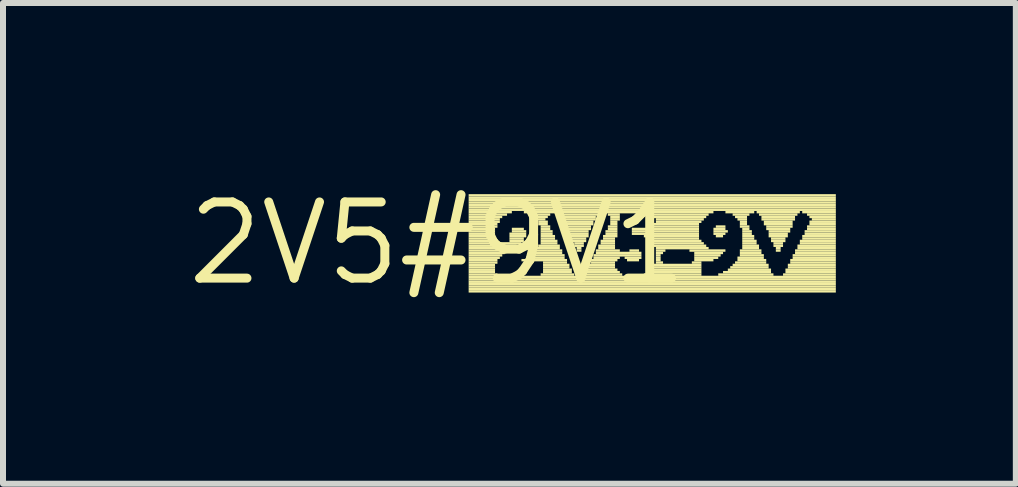
<source format=kicad_pcb>
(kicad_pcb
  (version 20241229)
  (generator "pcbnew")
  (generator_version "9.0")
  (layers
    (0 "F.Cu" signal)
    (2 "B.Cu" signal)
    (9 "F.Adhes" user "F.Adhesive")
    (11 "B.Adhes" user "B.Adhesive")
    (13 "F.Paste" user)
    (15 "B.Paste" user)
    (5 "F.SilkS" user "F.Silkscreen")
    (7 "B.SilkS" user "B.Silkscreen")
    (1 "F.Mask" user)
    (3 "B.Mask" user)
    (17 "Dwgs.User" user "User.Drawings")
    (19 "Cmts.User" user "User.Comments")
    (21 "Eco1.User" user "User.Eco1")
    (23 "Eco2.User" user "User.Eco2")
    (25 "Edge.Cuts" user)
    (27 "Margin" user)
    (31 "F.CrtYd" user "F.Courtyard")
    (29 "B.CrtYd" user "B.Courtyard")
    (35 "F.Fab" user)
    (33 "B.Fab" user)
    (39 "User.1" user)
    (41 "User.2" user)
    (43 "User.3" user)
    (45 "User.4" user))
  (footprint "2V5#9V1"
    (layer "F.Cu")
    (at 4.241 1.006)
    (property "Reference" "2V5#9V1" (at 0 0 0) (layer "F.SilkS") (effects (font (size 1.27 1.27) (thickness 0.15))))
    (fp_poly (pts (xy 0.52 -0.78) (xy 6.64 -0.78) (xy 6.64 -0.82) (xy 0.52 -0.82)) (stroke (width 0) (type solid)) (fill yes) (layer "F.SilkS"))
    (fp_poly (pts (xy 0.52 -0.74) (xy 6.64 -0.74) (xy 6.64 -0.78) (xy 0.52 -0.78)) (stroke (width 0) (type solid)) (fill yes) (layer "F.SilkS"))
    (fp_poly (pts (xy 0.52 -0.7) (xy 6.64 -0.7) (xy 6.64 -0.74) (xy 0.52 -0.74)) (stroke (width 0) (type solid)) (fill yes) (layer "F.SilkS"))
    (fp_poly (pts (xy 0.52 -0.66) (xy 6.64 -0.66) (xy 6.64 -0.7) (xy 0.52 -0.7)) (stroke (width 0) (type solid)) (fill yes) (layer "F.SilkS"))
    (fp_poly (pts (xy 0.52 -0.62) (xy 6.64 -0.62) (xy 6.64 -0.66) (xy 0.52 -0.66)) (stroke (width 0) (type solid)) (fill yes) (layer "F.SilkS"))
    (fp_poly (pts (xy 0.52 -0.58) (xy 6.64 -0.58) (xy 6.64 -0.62) (xy 0.52 -0.62)) (stroke (width 0) (type solid)) (fill yes) (layer "F.SilkS"))
    (fp_poly (pts (xy 0.52 -0.54) (xy 6.64 -0.54) (xy 6.64 -0.58) (xy 0.52 -0.58)) (stroke (width 0) (type solid)) (fill yes) (layer "F.SilkS"))
    (fp_poly (pts (xy 0.52 -0.5) (xy 1.24 -0.5) (xy 1.24 -0.54) (xy 0.52 -0.54)) (stroke (width 0) (type solid)) (fill yes) (layer "F.SilkS"))
    (fp_poly (pts (xy 0.52 -0.46) (xy 1.16 -0.46) (xy 1.16 -0.5) (xy 0.52 -0.5)) (stroke (width 0) (type solid)) (fill yes) (layer "F.SilkS"))
    (fp_poly (pts (xy 0.52 -0.42) (xy 1.08 -0.42) (xy 1.08 -0.46) (xy 0.52 -0.46)) (stroke (width 0) (type solid)) (fill yes) (layer "F.SilkS"))
    (fp_poly (pts (xy 0.52 -0.38) (xy 1.04 -0.38) (xy 1.04 -0.42) (xy 0.52 -0.42)) (stroke (width 0) (type solid)) (fill yes) (layer "F.SilkS"))
    (fp_poly (pts (xy 0.52 -0.34) (xy 1.04 -0.34) (xy 1.04 -0.38) (xy 0.52 -0.38)) (stroke (width 0) (type solid)) (fill yes) (layer "F.SilkS"))
    (fp_poly (pts (xy 0.52 -0.3) (xy 1 -0.3) (xy 1 -0.34) (xy 0.52 -0.34)) (stroke (width 0) (type solid)) (fill yes) (layer "F.SilkS"))
    (fp_poly (pts (xy 0.52 -0.26) (xy 1 -0.26) (xy 1 -0.3) (xy 0.52 -0.3)) (stroke (width 0) (type solid)) (fill yes) (layer "F.SilkS"))
    (fp_poly (pts (xy 0.52 -0.22) (xy 0.96 -0.22) (xy 0.96 -0.26) (xy 0.52 -0.26)) (stroke (width 0) (type solid)) (fill yes) (layer "F.SilkS"))
    (fp_poly (pts (xy 0.52 -0.18) (xy 0.96 -0.18) (xy 0.96 -0.22) (xy 0.52 -0.22)) (stroke (width 0) (type solid)) (fill yes) (layer "F.SilkS"))
    (fp_poly (pts (xy 0.52 -0.14) (xy 0.96 -0.14) (xy 0.96 -0.18) (xy 0.52 -0.18)) (stroke (width 0) (type solid)) (fill yes) (layer "F.SilkS"))
    (fp_poly (pts (xy 0.52 -0.1) (xy 0.96 -0.1) (xy 0.96 -0.14) (xy 0.52 -0.14)) (stroke (width 0) (type solid)) (fill yes) (layer "F.SilkS"))
    (fp_poly (pts (xy 0.52 -0.06) (xy 0.96 -0.06) (xy 0.96 -0.1) (xy 0.52 -0.1)) (stroke (width 0) (type solid)) (fill yes) (layer "F.SilkS"))
    (fp_poly (pts (xy 0.52 -0.02) (xy 1 -0.02) (xy 1 -0.06) (xy 0.52 -0.06)) (stroke (width 0) (type solid)) (fill yes) (layer "F.SilkS"))
    (fp_poly (pts (xy 0.52 0.02) (xy 1.4 0.02) (xy 1.4 -0.02) (xy 0.52 -0.02)) (stroke (width 0) (type solid)) (fill yes) (layer "F.SilkS"))
    (fp_poly (pts (xy 0.52 0.06) (xy 1.32 0.06) (xy 1.32 0.02) (xy 0.52 0.02)) (stroke (width 0) (type solid)) (fill yes) (layer "F.SilkS"))
    (fp_poly (pts (xy 0.52 0.1) (xy 1.28 0.1) (xy 1.28 0.06) (xy 0.52 0.06)) (stroke (width 0) (type solid)) (fill yes) (layer "F.SilkS"))
    (fp_poly (pts (xy 0.52 0.14) (xy 1.2 0.14) (xy 1.2 0.1) (xy 0.52 0.1)) (stroke (width 0) (type solid)) (fill yes) (layer "F.SilkS"))
    (fp_poly (pts (xy 0.52 0.18) (xy 1.12 0.18) (xy 1.12 0.14) (xy 0.52 0.14)) (stroke (width 0) (type solid)) (fill yes) (layer "F.SilkS"))
    (fp_poly (pts (xy 0.52 0.22) (xy 1.08 0.22) (xy 1.08 0.18) (xy 0.52 0.18)) (stroke (width 0) (type solid)) (fill yes) (layer "F.SilkS"))
    (fp_poly (pts (xy 0.52 0.26) (xy 1.04 0.26) (xy 1.04 0.22) (xy 0.52 0.22)) (stroke (width 0) (type solid)) (fill yes) (layer "F.SilkS"))
    (fp_poly (pts (xy 0.52 0.3) (xy 1 0.3) (xy 1 0.26) (xy 0.52 0.26)) (stroke (width 0) (type solid)) (fill yes) (layer "F.SilkS"))
    (fp_poly (pts (xy 0.52 0.34) (xy 1 0.34) (xy 1 0.3) (xy 0.52 0.3)) (stroke (width 0) (type solid)) (fill yes) (layer "F.SilkS"))
    (fp_poly (pts (xy 0.52 0.38) (xy 0.96 0.38) (xy 0.96 0.34) (xy 0.52 0.34)) (stroke (width 0) (type solid)) (fill yes) (layer "F.SilkS"))
    (fp_poly (pts (xy 0.52 0.42) (xy 0.96 0.42) (xy 0.96 0.38) (xy 0.52 0.38)) (stroke (width 0) (type solid)) (fill yes) (layer "F.SilkS"))
    (fp_poly (pts (xy 0.52 0.46) (xy 0.96 0.46) (xy 0.96 0.42) (xy 0.52 0.42)) (stroke (width 0) (type solid)) (fill yes) (layer "F.SilkS"))
    (fp_poly (pts (xy 0.52 0.5) (xy 0.96 0.5) (xy 0.96 0.46) (xy 0.52 0.46)) (stroke (width 0) (type solid)) (fill yes) (layer "F.SilkS"))
    (fp_poly (pts (xy 0.52 0.54) (xy 1 0.54) (xy 1 0.5) (xy 0.52 0.5)) (stroke (width 0) (type solid)) (fill yes) (layer "F.SilkS"))
    (fp_poly (pts (xy 0.52 0.58) (xy 6.64 0.58) (xy 6.64 0.54) (xy 0.52 0.54)) (stroke (width 0) (type solid)) (fill yes) (layer "F.SilkS"))
    (fp_poly (pts (xy 0.52 0.62) (xy 6.64 0.62) (xy 6.64 0.58) (xy 0.52 0.58)) (stroke (width 0) (type solid)) (fill yes) (layer "F.SilkS"))
    (fp_poly (pts (xy 0.52 0.66) (xy 6.64 0.66) (xy 6.64 0.62) (xy 0.52 0.62)) (stroke (width 0) (type solid)) (fill yes) (layer "F.SilkS"))
    (fp_poly (pts (xy 0.52 0.7) (xy 6.64 0.7) (xy 6.64 0.66) (xy 0.52 0.66)) (stroke (width 0) (type solid)) (fill yes) (layer "F.SilkS"))
    (fp_poly (pts (xy 0.52 0.74) (xy 6.64 0.74) (xy 6.64 0.7) (xy 0.52 0.7)) (stroke (width 0) (type solid)) (fill yes) (layer "F.SilkS"))
    (fp_poly (pts (xy 0.52 0.78) (xy 6.64 0.78) (xy 6.64 0.74) (xy 0.52 0.74)) (stroke (width 0) (type solid)) (fill yes) (layer "F.SilkS"))
    (fp_poly (pts (xy 0.52 0.82) (xy 6.64 0.82) (xy 6.64 0.78) (xy 0.52 0.78)) (stroke (width 0) (type solid)) (fill yes) (layer "F.SilkS"))
    (fp_poly (pts (xy 1.2 -0.14) (xy 1.48 -0.14) (xy 1.48 -0.18) (xy 1.2 -0.18)) (stroke (width 0) (type solid)) (fill yes) (layer "F.SilkS"))
    (fp_poly (pts (xy 1.2 -0.1) (xy 1.48 -0.1) (xy 1.48 -0.14) (xy 1.2 -0.14)) (stroke (width 0) (type solid)) (fill yes) (layer "F.SilkS"))
    (fp_poly (pts (xy 1.2 -0.06) (xy 1.44 -0.06) (xy 1.44 -0.1) (xy 1.2 -0.1)) (stroke (width 0) (type solid)) (fill yes) (layer "F.SilkS"))
    (fp_poly (pts (xy 1.2 -0.02) (xy 1.44 -0.02) (xy 1.44 -0.06) (xy 1.2 -0.06)) (stroke (width 0) (type solid)) (fill yes) (layer "F.SilkS"))
    (fp_poly (pts (xy 1.24 -0.22) (xy 1.44 -0.22) (xy 1.44 -0.26) (xy 1.24 -0.26)) (stroke (width 0) (type solid)) (fill yes) (layer "F.SilkS"))
    (fp_poly (pts (xy 1.24 -0.18) (xy 1.48 -0.18) (xy 1.48 -0.22) (xy 1.24 -0.22)) (stroke (width 0) (type solid)) (fill yes) (layer "F.SilkS"))
    (fp_poly (pts (xy 1.4 0.3) (xy 2.16 0.3) (xy 2.16 0.26) (xy 1.4 0.26)) (stroke (width 0) (type solid)) (fill yes) (layer "F.SilkS"))
    (fp_poly (pts (xy 1.44 -0.5) (xy 1.96 -0.5) (xy 1.96 -0.54) (xy 1.44 -0.54)) (stroke (width 0) (type solid)) (fill yes) (layer "F.SilkS"))
    (fp_poly (pts (xy 1.48 0.26) (xy 2.12 0.26) (xy 2.12 0.22) (xy 1.48 0.22)) (stroke (width 0) (type solid)) (fill yes) (layer "F.SilkS"))
    (fp_poly (pts (xy 1.52 -0.46) (xy 1.88 -0.46) (xy 1.88 -0.5) (xy 1.52 -0.5)) (stroke (width 0) (type solid)) (fill yes) (layer "F.SilkS"))
    (fp_poly (pts (xy 1.52 0.22) (xy 2.12 0.22) (xy 2.12 0.18) (xy 1.52 0.18)) (stroke (width 0) (type solid)) (fill yes) (layer "F.SilkS"))
    (fp_poly (pts (xy 1.6 -0.42) (xy 1.84 -0.42) (xy 1.84 -0.46) (xy 1.6 -0.46)) (stroke (width 0) (type solid)) (fill yes) (layer "F.SilkS"))
    (fp_poly (pts (xy 1.6 0.18) (xy 2.08 0.18) (xy 2.08 0.14) (xy 1.6 0.14)) (stroke (width 0) (type solid)) (fill yes) (layer "F.SilkS"))
    (fp_poly (pts (xy 1.64 -0.38) (xy 1.8 -0.38) (xy 1.8 -0.42) (xy 1.64 -0.42)) (stroke (width 0) (type solid)) (fill yes) (layer "F.SilkS"))
    (fp_poly (pts (xy 1.64 0.1) (xy 2.04 0.1) (xy 2.04 0.06) (xy 1.64 0.06)) (stroke (width 0) (type solid)) (fill yes) (layer "F.SilkS"))
    (fp_poly (pts (xy 1.64 0.14) (xy 2.08 0.14) (xy 2.08 0.1) (xy 1.64 0.1)) (stroke (width 0) (type solid)) (fill yes) (layer "F.SilkS"))
    (fp_poly (pts (xy 1.68 -0.34) (xy 1.84 -0.34) (xy 1.84 -0.38) (xy 1.68 -0.38)) (stroke (width 0) (type solid)) (fill yes) (layer "F.SilkS"))
    (fp_poly (pts (xy 1.68 -0.3) (xy 1.84 -0.3) (xy 1.84 -0.34) (xy 1.68 -0.34)) (stroke (width 0) (type solid)) (fill yes) (layer "F.SilkS"))
    (fp_poly (pts (xy 1.68 0.06) (xy 2.04 0.06) (xy 2.04 0.02) (xy 1.68 0.02)) (stroke (width 0) (type solid)) (fill yes) (layer "F.SilkS"))
    (fp_poly (pts (xy 1.72 -0.26) (xy 1.88 -0.26) (xy 1.88 -0.3) (xy 1.72 -0.3)) (stroke (width 0) (type solid)) (fill yes) (layer "F.SilkS"))
    (fp_poly (pts (xy 1.72 -0.22) (xy 1.88 -0.22) (xy 1.88 -0.26) (xy 1.72 -0.26)) (stroke (width 0) (type solid)) (fill yes) (layer "F.SilkS"))
    (fp_poly (pts (xy 1.72 -0.18) (xy 1.92 -0.18) (xy 1.92 -0.22) (xy 1.72 -0.22)) (stroke (width 0) (type solid)) (fill yes) (layer "F.SilkS"))
    (fp_poly (pts (xy 1.72 -0.14) (xy 1.92 -0.14) (xy 1.92 -0.18) (xy 1.72 -0.18)) (stroke (width 0) (type solid)) (fill yes) (layer "F.SilkS"))
    (fp_poly (pts (xy 1.72 -0.1) (xy 1.96 -0.1) (xy 1.96 -0.14) (xy 1.72 -0.14)) (stroke (width 0) (type solid)) (fill yes) (layer "F.SilkS"))
    (fp_poly (pts (xy 1.72 -0.06) (xy 1.96 -0.06) (xy 1.96 -0.1) (xy 1.72 -0.1)) (stroke (width 0) (type solid)) (fill yes) (layer "F.SilkS"))
    (fp_poly (pts (xy 1.72 -0.02) (xy 2 -0.02) (xy 2 -0.06) (xy 1.72 -0.06)) (stroke (width 0) (type solid)) (fill yes) (layer "F.SilkS"))
    (fp_poly (pts (xy 1.72 0.02) (xy 2 0.02) (xy 2 -0.02) (xy 1.72 -0.02)) (stroke (width 0) (type solid)) (fill yes) (layer "F.SilkS"))
    (fp_poly (pts (xy 1.72 0.54) (xy 2.28 0.54) (xy 2.28 0.5) (xy 1.72 0.5)) (stroke (width 0) (type solid)) (fill yes) (layer "F.SilkS"))
    (fp_poly (pts (xy 1.76 0.34) (xy 2.16 0.34) (xy 2.16 0.3) (xy 1.76 0.3)) (stroke (width 0) (type solid)) (fill yes) (layer "F.SilkS"))
    (fp_poly (pts (xy 1.76 0.38) (xy 2.2 0.38) (xy 2.2 0.34) (xy 1.76 0.34)) (stroke (width 0) (type solid)) (fill yes) (layer "F.SilkS"))
    (fp_poly (pts (xy 1.76 0.42) (xy 2.2 0.42) (xy 2.2 0.38) (xy 1.76 0.38)) (stroke (width 0) (type solid)) (fill yes) (layer "F.SilkS"))
    (fp_poly (pts (xy 1.76 0.46) (xy 2.24 0.46) (xy 2.24 0.42) (xy 1.76 0.42)) (stroke (width 0) (type solid)) (fill yes) (layer "F.SilkS"))
    (fp_poly (pts (xy 1.76 0.5) (xy 2.24 0.5) (xy 2.24 0.46) (xy 1.76 0.46)) (stroke (width 0) (type solid)) (fill yes) (layer "F.SilkS"))
    (fp_poly (pts (xy 2 -0.5) (xy 2.72 -0.5) (xy 2.72 -0.54) (xy 2 -0.54)) (stroke (width 0) (type solid)) (fill yes) (layer "F.SilkS"))
    (fp_poly (pts (xy 2.04 -0.46) (xy 2.68 -0.46) (xy 2.68 -0.5) (xy 2.04 -0.5)) (stroke (width 0) (type solid)) (fill yes) (layer "F.SilkS"))
    (fp_poly (pts (xy 2.08 -0.42) (xy 2.64 -0.42) (xy 2.64 -0.46) (xy 2.08 -0.46)) (stroke (width 0) (type solid)) (fill yes) (layer "F.SilkS"))
    (fp_poly (pts (xy 2.08 -0.38) (xy 2.64 -0.38) (xy 2.64 -0.42) (xy 2.08 -0.42)) (stroke (width 0) (type solid)) (fill yes) (layer "F.SilkS"))
    (fp_poly (pts (xy 2.12 -0.34) (xy 2.6 -0.34) (xy 2.6 -0.38) (xy 2.12 -0.38)) (stroke (width 0) (type solid)) (fill yes) (layer "F.SilkS"))
    (fp_poly (pts (xy 2.12 -0.3) (xy 2.6 -0.3) (xy 2.6 -0.34) (xy 2.12 -0.34)) (stroke (width 0) (type solid)) (fill yes) (layer "F.SilkS"))
    (fp_poly (pts (xy 2.12 -0.26) (xy 2.56 -0.26) (xy 2.56 -0.3) (xy 2.12 -0.3)) (stroke (width 0) (type solid)) (fill yes) (layer "F.SilkS"))
    (fp_poly (pts (xy 2.16 -0.22) (xy 2.56 -0.22) (xy 2.56 -0.26) (xy 2.16 -0.26)) (stroke (width 0) (type solid)) (fill yes) (layer "F.SilkS"))
    (fp_poly (pts (xy 2.16 -0.18) (xy 2.52 -0.18) (xy 2.52 -0.22) (xy 2.16 -0.22)) (stroke (width 0) (type solid)) (fill yes) (layer "F.SilkS"))
    (fp_poly (pts (xy 2.2 -0.14) (xy 2.52 -0.14) (xy 2.52 -0.18) (xy 2.2 -0.18)) (stroke (width 0) (type solid)) (fill yes) (layer "F.SilkS"))
    (fp_poly (pts (xy 2.2 -0.1) (xy 2.52 -0.1) (xy 2.52 -0.14) (xy 2.2 -0.14)) (stroke (width 0) (type solid)) (fill yes) (layer "F.SilkS"))
    (fp_poly (pts (xy 2.24 -0.06) (xy 2.48 -0.06) (xy 2.48 -0.1) (xy 2.24 -0.1)) (stroke (width 0) (type solid)) (fill yes) (layer "F.SilkS"))
    (fp_poly (pts (xy 2.24 -0.02) (xy 2.48 -0.02) (xy 2.48 -0.06) (xy 2.24 -0.06)) (stroke (width 0) (type solid)) (fill yes) (layer "F.SilkS"))
    (fp_poly (pts (xy 2.28 0.02) (xy 2.44 0.02) (xy 2.44 -0.02) (xy 2.28 -0.02)) (stroke (width 0) (type solid)) (fill yes) (layer "F.SilkS"))
    (fp_poly (pts (xy 2.28 0.06) (xy 2.44 0.06) (xy 2.44 0.02) (xy 2.28 0.02)) (stroke (width 0) (type solid)) (fill yes) (layer "F.SilkS"))
    (fp_poly (pts (xy 2.32 0.1) (xy 2.4 0.1) (xy 2.4 0.06) (xy 2.32 0.06)) (stroke (width 0) (type solid)) (fill yes) (layer "F.SilkS"))
    (fp_poly (pts (xy 2.32 0.14) (xy 2.4 0.14) (xy 2.4 0.1) (xy 2.32 0.1)) (stroke (width 0) (type solid)) (fill yes) (layer "F.SilkS"))
    (fp_poly (pts (xy 2.44 0.54) (xy 3.08 0.54) (xy 3.08 0.5) (xy 2.44 0.5)) (stroke (width 0) (type solid)) (fill yes) (layer "F.SilkS"))
    (fp_poly (pts (xy 2.48 0.46) (xy 3 0.46) (xy 3 0.42) (xy 2.48 0.42)) (stroke (width 0) (type solid)) (fill yes) (layer "F.SilkS"))
    (fp_poly (pts (xy 2.48 0.5) (xy 3.04 0.5) (xy 3.04 0.46) (xy 2.48 0.46)) (stroke (width 0) (type solid)) (fill yes) (layer "F.SilkS"))
    (fp_poly (pts (xy 2.52 0.38) (xy 2.96 0.38) (xy 2.96 0.34) (xy 2.52 0.34)) (stroke (width 0) (type solid)) (fill yes) (layer "F.SilkS"))
    (fp_poly (pts (xy 2.52 0.42) (xy 2.96 0.42) (xy 2.96 0.38) (xy 2.52 0.38)) (stroke (width 0) (type solid)) (fill yes) (layer "F.SilkS"))
    (fp_poly (pts (xy 2.56 0.3) (xy 3 0.3) (xy 3 0.26) (xy 2.56 0.26)) (stroke (width 0) (type solid)) (fill yes) (layer "F.SilkS"))
    (fp_poly (pts (xy 2.56 0.34) (xy 2.96 0.34) (xy 2.96 0.3) (xy 2.56 0.3)) (stroke (width 0) (type solid)) (fill yes) (layer "F.SilkS"))
    (fp_poly (pts (xy 2.6 0.22) (xy 3.4 0.22) (xy 3.4 0.18) (xy 2.6 0.18)) (stroke (width 0) (type solid)) (fill yes) (layer "F.SilkS"))
    (fp_poly (pts (xy 2.6 0.26) (xy 3.04 0.26) (xy 3.04 0.22) (xy 2.6 0.22)) (stroke (width 0) (type solid)) (fill yes) (layer "F.SilkS"))
    (fp_poly (pts (xy 2.64 0.14) (xy 3.04 0.14) (xy 3.04 0.1) (xy 2.64 0.1)) (stroke (width 0) (type solid)) (fill yes) (layer "F.SilkS"))
    (fp_poly (pts (xy 2.64 0.18) (xy 3.4 0.18) (xy 3.4 0.14) (xy 2.64 0.14)) (stroke (width 0) (type solid)) (fill yes) (layer "F.SilkS"))
    (fp_poly (pts (xy 2.68 0.06) (xy 2.96 0.06) (xy 2.96 0.02) (xy 2.68 0.02)) (stroke (width 0) (type solid)) (fill yes) (layer "F.SilkS"))
    (fp_poly (pts (xy 2.68 0.1) (xy 2.96 0.1) (xy 2.96 0.06) (xy 2.68 0.06)) (stroke (width 0) (type solid)) (fill yes) (layer "F.SilkS"))
    (fp_poly (pts (xy 2.72 -0.02) (xy 2.96 -0.02) (xy 2.96 -0.06) (xy 2.72 -0.06)) (stroke (width 0) (type solid)) (fill yes) (layer "F.SilkS"))
    (fp_poly (pts (xy 2.72 0.02) (xy 2.96 0.02) (xy 2.96 -0.02) (xy 2.72 -0.02)) (stroke (width 0) (type solid)) (fill yes) (layer "F.SilkS"))
    (fp_poly (pts (xy 2.76 -0.5) (xy 4.6 -0.5) (xy 4.6 -0.54) (xy 2.76 -0.54)) (stroke (width 0) (type solid)) (fill yes) (layer "F.SilkS"))
    (fp_poly (pts (xy 2.76 -0.1) (xy 3 -0.1) (xy 3 -0.14) (xy 2.76 -0.14)) (stroke (width 0) (type solid)) (fill yes) (layer "F.SilkS"))
    (fp_poly (pts (xy 2.76 -0.06) (xy 2.96 -0.06) (xy 2.96 -0.1) (xy 2.76 -0.1)) (stroke (width 0) (type solid)) (fill yes) (layer "F.SilkS"))
    (fp_poly (pts (xy 2.8 -0.18) (xy 3 -0.18) (xy 3 -0.22) (xy 2.8 -0.22)) (stroke (width 0) (type solid)) (fill yes) (layer "F.SilkS"))
    (fp_poly (pts (xy 2.8 -0.14) (xy 3 -0.14) (xy 3 -0.18) (xy 2.8 -0.18)) (stroke (width 0) (type solid)) (fill yes) (layer "F.SilkS"))
    (fp_poly (pts (xy 2.84 -0.46) (xy 3.04 -0.46) (xy 3.04 -0.5) (xy 2.84 -0.5)) (stroke (width 0) (type solid)) (fill yes) (layer "F.SilkS"))
    (fp_poly (pts (xy 2.84 -0.26) (xy 3 -0.26) (xy 3 -0.3) (xy 2.84 -0.3)) (stroke (width 0) (type solid)) (fill yes) (layer "F.SilkS"))
    (fp_poly (pts (xy 2.84 -0.22) (xy 3 -0.22) (xy 3 -0.26) (xy 2.84 -0.26)) (stroke (width 0) (type solid)) (fill yes) (layer "F.SilkS"))
    (fp_poly (pts (xy 2.88 -0.42) (xy 3.04 -0.42) (xy 3.04 -0.46) (xy 2.88 -0.46)) (stroke (width 0) (type solid)) (fill yes) (layer "F.SilkS"))
    (fp_poly (pts (xy 2.88 -0.38) (xy 3.04 -0.38) (xy 3.04 -0.42) (xy 2.88 -0.42)) (stroke (width 0) (type solid)) (fill yes) (layer "F.SilkS"))
    (fp_poly (pts (xy 2.88 -0.34) (xy 3 -0.34) (xy 3 -0.38) (xy 2.88 -0.38)) (stroke (width 0) (type solid)) (fill yes) (layer "F.SilkS"))
    (fp_poly (pts (xy 2.88 -0.3) (xy 3 -0.3) (xy 3 -0.34) (xy 2.88 -0.34)) (stroke (width 0) (type solid)) (fill yes) (layer "F.SilkS"))
    (fp_poly (pts (xy 3.12 0.26) (xy 3.4 0.26) (xy 3.4 0.22) (xy 3.12 0.22)) (stroke (width 0) (type solid)) (fill yes) (layer "F.SilkS"))
    (fp_poly (pts (xy 3.16 0.3) (xy 3.36 0.3) (xy 3.36 0.26) (xy 3.16 0.26)) (stroke (width 0) (type solid)) (fill yes) (layer "F.SilkS"))
    (fp_poly (pts (xy 3.2 0.14) (xy 3.36 0.14) (xy 3.36 0.1) (xy 3.2 0.1)) (stroke (width 0) (type solid)) (fill yes) (layer "F.SilkS"))
    (fp_poly (pts (xy 3.24 -0.22) (xy 4.36 -0.22) (xy 4.36 -0.26) (xy 3.24 -0.26)) (stroke (width 0) (type solid)) (fill yes) (layer "F.SilkS"))
    (fp_poly (pts (xy 3.24 -0.18) (xy 4.36 -0.18) (xy 4.36 -0.22) (xy 3.24 -0.22)) (stroke (width 0) (type solid)) (fill yes) (layer "F.SilkS"))
    (fp_poly (pts (xy 3.24 -0.14) (xy 4.36 -0.14) (xy 4.36 -0.18) (xy 3.24 -0.18)) (stroke (width 0) (type solid)) (fill yes) (layer "F.SilkS"))
    (fp_poly (pts (xy 3.44 -0.1) (xy 4.36 -0.1) (xy 4.36 -0.14) (xy 3.44 -0.14)) (stroke (width 0) (type solid)) (fill yes) (layer "F.SilkS"))
    (fp_poly (pts (xy 3.44 0.54) (xy 4.4 0.54) (xy 4.4 0.5) (xy 3.44 0.5)) (stroke (width 0) (type solid)) (fill yes) (layer "F.SilkS"))
    (fp_poly (pts (xy 3.52 -0.06) (xy 4.36 -0.06) (xy 4.36 -0.1) (xy 3.52 -0.1)) (stroke (width 0) (type solid)) (fill yes) (layer "F.SilkS"))
    (fp_poly (pts (xy 3.52 0.5) (xy 4.4 0.5) (xy 4.4 0.46) (xy 3.52 0.46)) (stroke (width 0) (type solid)) (fill yes) (layer "F.SilkS"))
    (fp_poly (pts (xy 3.56 -0.02) (xy 4.4 -0.02) (xy 4.4 -0.06) (xy 3.56 -0.06)) (stroke (width 0) (type solid)) (fill yes) (layer "F.SilkS"))
    (fp_poly (pts (xy 3.56 0.46) (xy 4.4 0.46) (xy 4.4 0.42) (xy 3.56 0.42)) (stroke (width 0) (type solid)) (fill yes) (layer "F.SilkS"))
    (fp_poly (pts (xy 3.6 -0.46) (xy 4.52 -0.46) (xy 4.52 -0.5) (xy 3.6 -0.5)) (stroke (width 0) (type solid)) (fill yes) (layer "F.SilkS"))
    (fp_poly (pts (xy 3.6 -0.42) (xy 4.48 -0.42) (xy 4.48 -0.46) (xy 3.6 -0.46)) (stroke (width 0) (type solid)) (fill yes) (layer "F.SilkS"))
    (fp_poly (pts (xy 3.6 -0.3) (xy 4.36 -0.3) (xy 4.36 -0.34) (xy 3.6 -0.34)) (stroke (width 0) (type solid)) (fill yes) (layer "F.SilkS"))
    (fp_poly (pts (xy 3.6 -0.26) (xy 4.36 -0.26) (xy 4.36 -0.3) (xy 3.6 -0.3)) (stroke (width 0) (type solid)) (fill yes) (layer "F.SilkS"))
    (fp_poly (pts (xy 3.6 0.02) (xy 4.44 0.02) (xy 4.44 -0.02) (xy 3.6 -0.02)) (stroke (width 0) (type solid)) (fill yes) (layer "F.SilkS"))
    (fp_poly (pts (xy 3.6 0.06) (xy 4.48 0.06) (xy 4.48 0.02) (xy 3.6 0.02)) (stroke (width 0) (type solid)) (fill yes) (layer "F.SilkS"))
    (fp_poly (pts (xy 3.6 0.38) (xy 4.4 0.38) (xy 4.4 0.34) (xy 3.6 0.34)) (stroke (width 0) (type solid)) (fill yes) (layer "F.SilkS"))
    (fp_poly (pts (xy 3.6 0.42) (xy 4.4 0.42) (xy 4.4 0.38) (xy 3.6 0.38)) (stroke (width 0) (type solid)) (fill yes) (layer "F.SilkS"))
    (fp_poly (pts (xy 3.64 -0.38) (xy 4.44 -0.38) (xy 4.44 -0.42) (xy 3.64 -0.42)) (stroke (width 0) (type solid)) (fill yes) (layer "F.SilkS"))
    (fp_poly (pts (xy 3.64 -0.34) (xy 4.4 -0.34) (xy 4.4 -0.38) (xy 3.64 -0.38)) (stroke (width 0) (type solid)) (fill yes) (layer "F.SilkS"))
    (fp_poly (pts (xy 3.64 0.1) (xy 4.52 0.1) (xy 4.52 0.06) (xy 3.64 0.06)) (stroke (width 0) (type solid)) (fill yes) (layer "F.SilkS"))
    (fp_poly (pts (xy 3.64 0.14) (xy 3.8 0.14) (xy 3.8 0.1) (xy 3.64 0.1)) (stroke (width 0) (type solid)) (fill yes) (layer "F.SilkS"))
    (fp_poly (pts (xy 3.64 0.18) (xy 3.76 0.18) (xy 3.76 0.14) (xy 3.64 0.14)) (stroke (width 0) (type solid)) (fill yes) (layer "F.SilkS"))
    (fp_poly (pts (xy 3.64 0.22) (xy 3.72 0.22) (xy 3.72 0.18) (xy 3.64 0.18)) (stroke (width 0) (type solid)) (fill yes) (layer "F.SilkS"))
    (fp_poly (pts (xy 3.64 0.26) (xy 3.72 0.26) (xy 3.72 0.22) (xy 3.64 0.22)) (stroke (width 0) (type solid)) (fill yes) (layer "F.SilkS"))
    (fp_poly (pts (xy 3.64 0.3) (xy 3.72 0.3) (xy 3.72 0.26) (xy 3.64 0.26)) (stroke (width 0) (type solid)) (fill yes) (layer "F.SilkS"))
    (fp_poly (pts (xy 3.64 0.34) (xy 3.76 0.34) (xy 3.76 0.3) (xy 3.64 0.3)) (stroke (width 0) (type solid)) (fill yes) (layer "F.SilkS"))
    (fp_poly (pts (xy 4.2 0.14) (xy 4.8 0.14) (xy 4.8 0.1) (xy 4.2 0.1)) (stroke (width 0) (type solid)) (fill yes) (layer "F.SilkS"))
    (fp_poly (pts (xy 4.24 0.34) (xy 4.4 0.34) (xy 4.4 0.3) (xy 4.24 0.3)) (stroke (width 0) (type solid)) (fill yes) (layer "F.SilkS"))
    (fp_poly (pts (xy 4.28 0.18) (xy 4.76 0.18) (xy 4.76 0.14) (xy 4.28 0.14)) (stroke (width 0) (type solid)) (fill yes) (layer "F.SilkS"))
    (fp_poly (pts (xy 4.28 0.22) (xy 4.72 0.22) (xy 4.72 0.18) (xy 4.28 0.18)) (stroke (width 0) (type solid)) (fill yes) (layer "F.SilkS"))
    (fp_poly (pts (xy 4.28 0.26) (xy 4.68 0.26) (xy 4.68 0.22) (xy 4.28 0.22)) (stroke (width 0) (type solid)) (fill yes) (layer "F.SilkS"))
    (fp_poly (pts (xy 4.28 0.3) (xy 4.6 0.3) (xy 4.6 0.26) (xy 4.28 0.26)) (stroke (width 0) (type solid)) (fill yes) (layer "F.SilkS"))
    (fp_poly (pts (xy 4.6 -0.22) (xy 4.8 -0.22) (xy 4.8 -0.26) (xy 4.6 -0.26)) (stroke (width 0) (type solid)) (fill yes) (layer "F.SilkS"))
    (fp_poly (pts (xy 4.6 -0.18) (xy 4.84 -0.18) (xy 4.84 -0.22) (xy 4.6 -0.22)) (stroke (width 0) (type solid)) (fill yes) (layer "F.SilkS"))
    (fp_poly (pts (xy 4.6 -0.14) (xy 4.8 -0.14) (xy 4.8 -0.18) (xy 4.6 -0.18)) (stroke (width 0) (type solid)) (fill yes) (layer "F.SilkS"))
    (fp_poly (pts (xy 4.64 -0.26) (xy 4.8 -0.26) (xy 4.8 -0.3) (xy 4.64 -0.3)) (stroke (width 0) (type solid)) (fill yes) (layer "F.SilkS"))
    (fp_poly (pts (xy 4.64 -0.1) (xy 4.76 -0.1) (xy 4.76 -0.14) (xy 4.64 -0.14)) (stroke (width 0) (type solid)) (fill yes) (layer "F.SilkS"))
    (fp_poly (pts (xy 4.68 0.54) (xy 5.6 0.54) (xy 5.6 0.5) (xy 4.68 0.5)) (stroke (width 0) (type solid)) (fill yes) (layer "F.SilkS"))
    (fp_poly (pts (xy 4.76 0.5) (xy 5.56 0.5) (xy 5.56 0.46) (xy 4.76 0.46)) (stroke (width 0) (type solid)) (fill yes) (layer "F.SilkS"))
    (fp_poly (pts (xy 4.8 -0.5) (xy 5.28 -0.5) (xy 5.28 -0.54) (xy 4.8 -0.54)) (stroke (width 0) (type solid)) (fill yes) (layer "F.SilkS"))
    (fp_poly (pts (xy 4.84 0.46) (xy 5.56 0.46) (xy 5.56 0.42) (xy 4.84 0.42)) (stroke (width 0) (type solid)) (fill yes) (layer "F.SilkS"))
    (fp_poly (pts (xy 4.88 0.42) (xy 5.52 0.42) (xy 5.52 0.38) (xy 4.88 0.38)) (stroke (width 0) (type solid)) (fill yes) (layer "F.SilkS"))
    (fp_poly (pts (xy 4.92 -0.46) (xy 5.2 -0.46) (xy 5.2 -0.5) (xy 4.92 -0.5)) (stroke (width 0) (type solid)) (fill yes) (layer "F.SilkS"))
    (fp_poly (pts (xy 4.92 0.38) (xy 5.52 0.38) (xy 5.52 0.34) (xy 4.92 0.34)) (stroke (width 0) (type solid)) (fill yes) (layer "F.SilkS"))
    (fp_poly (pts (xy 4.96 -0.42) (xy 5.16 -0.42) (xy 5.16 -0.46) (xy 4.96 -0.46)) (stroke (width 0) (type solid)) (fill yes) (layer "F.SilkS"))
    (fp_poly (pts (xy 4.96 0.34) (xy 5.48 0.34) (xy 5.48 0.3) (xy 4.96 0.3)) (stroke (width 0) (type solid)) (fill yes) (layer "F.SilkS"))
    (fp_poly (pts (xy 5 -0.38) (xy 5.16 -0.38) (xy 5.16 -0.42) (xy 5 -0.42)) (stroke (width 0) (type solid)) (fill yes) (layer "F.SilkS"))
    (fp_poly (pts (xy 5 0.26) (xy 5.44 0.26) (xy 5.44 0.22) (xy 5 0.22)) (stroke (width 0) (type solid)) (fill yes) (layer "F.SilkS"))
    (fp_poly (pts (xy 5 0.3) (xy 5.48 0.3) (xy 5.48 0.26) (xy 5 0.26)) (stroke (width 0) (type solid)) (fill yes) (layer "F.SilkS"))
    (fp_poly (pts (xy 5.04 -0.34) (xy 5.16 -0.34) (xy 5.16 -0.38) (xy 5.04 -0.38)) (stroke (width 0) (type solid)) (fill yes) (layer "F.SilkS"))
    (fp_poly (pts (xy 5.04 -0.3) (xy 5.16 -0.3) (xy 5.16 -0.34) (xy 5.04 -0.34)) (stroke (width 0) (type solid)) (fill yes) (layer "F.SilkS"))
    (fp_poly (pts (xy 5.04 -0.26) (xy 5.2 -0.26) (xy 5.2 -0.3) (xy 5.04 -0.3)) (stroke (width 0) (type solid)) (fill yes) (layer "F.SilkS"))
    (fp_poly (pts (xy 5.04 0.14) (xy 5.4 0.14) (xy 5.4 0.1) (xy 5.04 0.1)) (stroke (width 0) (type solid)) (fill yes) (layer "F.SilkS"))
    (fp_poly (pts (xy 5.04 0.18) (xy 5.4 0.18) (xy 5.4 0.14) (xy 5.04 0.14)) (stroke (width 0) (type solid)) (fill yes) (layer "F.SilkS"))
    (fp_poly (pts (xy 5.04 0.22) (xy 5.44 0.22) (xy 5.44 0.18) (xy 5.04 0.18)) (stroke (width 0) (type solid)) (fill yes) (layer "F.SilkS"))
    (fp_poly (pts (xy 5.08 -0.22) (xy 5.2 -0.22) (xy 5.2 -0.26) (xy 5.08 -0.26)) (stroke (width 0) (type solid)) (fill yes) (layer "F.SilkS"))
    (fp_poly (pts (xy 5.08 -0.18) (xy 5.24 -0.18) (xy 5.24 -0.22) (xy 5.08 -0.22)) (stroke (width 0) (type solid)) (fill yes) (layer "F.SilkS"))
    (fp_poly (pts (xy 5.08 -0.14) (xy 5.24 -0.14) (xy 5.24 -0.18) (xy 5.08 -0.18)) (stroke (width 0) (type solid)) (fill yes) (layer "F.SilkS"))
    (fp_poly (pts (xy 5.08 -0.1) (xy 5.28 -0.1) (xy 5.28 -0.14) (xy 5.08 -0.14)) (stroke (width 0) (type solid)) (fill yes) (layer "F.SilkS"))
    (fp_poly (pts (xy 5.08 -0.06) (xy 5.28 -0.06) (xy 5.28 -0.1) (xy 5.08 -0.1)) (stroke (width 0) (type solid)) (fill yes) (layer "F.SilkS"))
    (fp_poly (pts (xy 5.08 -0.02) (xy 5.32 -0.02) (xy 5.32 -0.06) (xy 5.08 -0.06)) (stroke (width 0) (type solid)) (fill yes) (layer "F.SilkS"))
    (fp_poly (pts (xy 5.08 0.02) (xy 5.32 0.02) (xy 5.32 -0.02) (xy 5.08 -0.02)) (stroke (width 0) (type solid)) (fill yes) (layer "F.SilkS"))
    (fp_poly (pts (xy 5.08 0.06) (xy 5.36 0.06) (xy 5.36 0.02) (xy 5.08 0.02)) (stroke (width 0) (type solid)) (fill yes) (layer "F.SilkS"))
    (fp_poly (pts (xy 5.08 0.1) (xy 5.36 0.1) (xy 5.36 0.06) (xy 5.08 0.06)) (stroke (width 0) (type solid)) (fill yes) (layer "F.SilkS"))
    (fp_poly (pts (xy 5.32 -0.5) (xy 6.04 -0.5) (xy 6.04 -0.54) (xy 5.32 -0.54)) (stroke (width 0) (type solid)) (fill yes) (layer "F.SilkS"))
    (fp_poly (pts (xy 5.36 -0.46) (xy 6 -0.46) (xy 6 -0.5) (xy 5.36 -0.5)) (stroke (width 0) (type solid)) (fill yes) (layer "F.SilkS"))
    (fp_poly (pts (xy 5.4 -0.42) (xy 5.96 -0.42) (xy 5.96 -0.46) (xy 5.4 -0.46)) (stroke (width 0) (type solid)) (fill yes) (layer "F.SilkS"))
    (fp_poly (pts (xy 5.4 -0.38) (xy 5.96 -0.38) (xy 5.96 -0.42) (xy 5.4 -0.42)) (stroke (width 0) (type solid)) (fill yes) (layer "F.SilkS"))
    (fp_poly (pts (xy 5.44 -0.34) (xy 5.92 -0.34) (xy 5.92 -0.38) (xy 5.44 -0.38)) (stroke (width 0) (type solid)) (fill yes) (layer "F.SilkS"))
    (fp_poly (pts (xy 5.44 -0.3) (xy 5.92 -0.3) (xy 5.92 -0.34) (xy 5.44 -0.34)) (stroke (width 0) (type solid)) (fill yes) (layer "F.SilkS"))
    (fp_poly (pts (xy 5.48 -0.26) (xy 5.92 -0.26) (xy 5.92 -0.3) (xy 5.48 -0.3)) (stroke (width 0) (type solid)) (fill yes) (layer "F.SilkS"))
    (fp_poly (pts (xy 5.48 -0.22) (xy 5.88 -0.22) (xy 5.88 -0.26) (xy 5.48 -0.26)) (stroke (width 0) (type solid)) (fill yes) (layer "F.SilkS"))
    (fp_poly (pts (xy 5.52 -0.18) (xy 5.88 -0.18) (xy 5.88 -0.22) (xy 5.52 -0.22)) (stroke (width 0) (type solid)) (fill yes) (layer "F.SilkS"))
    (fp_poly (pts (xy 5.52 -0.14) (xy 5.84 -0.14) (xy 5.84 -0.18) (xy 5.52 -0.18)) (stroke (width 0) (type solid)) (fill yes) (layer "F.SilkS"))
    (fp_poly (pts (xy 5.52 -0.1) (xy 5.84 -0.1) (xy 5.84 -0.14) (xy 5.52 -0.14)) (stroke (width 0) (type solid)) (fill yes) (layer "F.SilkS"))
    (fp_poly (pts (xy 5.56 -0.06) (xy 5.8 -0.06) (xy 5.8 -0.1) (xy 5.56 -0.1)) (stroke (width 0) (type solid)) (fill yes) (layer "F.SilkS"))
    (fp_poly (pts (xy 5.56 -0.02) (xy 5.8 -0.02) (xy 5.8 -0.06) (xy 5.56 -0.06)) (stroke (width 0) (type solid)) (fill yes) (layer "F.SilkS"))
    (fp_poly (pts (xy 5.6 0.02) (xy 5.76 0.02) (xy 5.76 -0.02) (xy 5.6 -0.02)) (stroke (width 0) (type solid)) (fill yes) (layer "F.SilkS"))
    (fp_poly (pts (xy 5.6 0.06) (xy 5.76 0.06) (xy 5.76 0.02) (xy 5.6 0.02)) (stroke (width 0) (type solid)) (fill yes) (layer "F.SilkS"))
    (fp_poly (pts (xy 5.64 0.1) (xy 5.72 0.1) (xy 5.72 0.06) (xy 5.64 0.06)) (stroke (width 0) (type solid)) (fill yes) (layer "F.SilkS"))
    (fp_poly (pts (xy 5.64 0.14) (xy 5.72 0.14) (xy 5.72 0.1) (xy 5.64 0.1)) (stroke (width 0) (type solid)) (fill yes) (layer "F.SilkS"))
    (fp_poly (pts (xy 5.76 0.54) (xy 6.64 0.54) (xy 6.64 0.5) (xy 5.76 0.5)) (stroke (width 0) (type solid)) (fill yes) (layer "F.SilkS"))
    (fp_poly (pts (xy 5.8 0.46) (xy 6.64 0.46) (xy 6.64 0.42) (xy 5.8 0.42)) (stroke (width 0) (type solid)) (fill yes) (layer "F.SilkS"))
    (fp_poly (pts (xy 5.8 0.5) (xy 6.64 0.5) (xy 6.64 0.46) (xy 5.8 0.46)) (stroke (width 0) (type solid)) (fill yes) (layer "F.SilkS"))
    (fp_poly (pts (xy 5.84 0.38) (xy 6.64 0.38) (xy 6.64 0.34) (xy 5.84 0.34)) (stroke (width 0) (type solid)) (fill yes) (layer "F.SilkS"))
    (fp_poly (pts (xy 5.84 0.42) (xy 6.64 0.42) (xy 6.64 0.38) (xy 5.84 0.38)) (stroke (width 0) (type solid)) (fill yes) (layer "F.SilkS"))
    (fp_poly (pts (xy 5.88 0.3) (xy 6.64 0.3) (xy 6.64 0.26) (xy 5.88 0.26)) (stroke (width 0) (type solid)) (fill yes) (layer "F.SilkS"))
    (fp_poly (pts (xy 5.88 0.34) (xy 6.64 0.34) (xy 6.64 0.3) (xy 5.88 0.3)) (stroke (width 0) (type solid)) (fill yes) (layer "F.SilkS"))
    (fp_poly (pts (xy 5.92 0.22) (xy 6.64 0.22) (xy 6.64 0.18) (xy 5.92 0.18)) (stroke (width 0) (type solid)) (fill yes) (layer "F.SilkS"))
    (fp_poly (pts (xy 5.92 0.26) (xy 6.64 0.26) (xy 6.64 0.22) (xy 5.92 0.22)) (stroke (width 0) (type solid)) (fill yes) (layer "F.SilkS"))
    (fp_poly (pts (xy 5.96 0.14) (xy 6.64 0.14) (xy 6.64 0.1) (xy 5.96 0.1)) (stroke (width 0) (type solid)) (fill yes) (layer "F.SilkS"))
    (fp_poly (pts (xy 5.96 0.18) (xy 6.64 0.18) (xy 6.64 0.14) (xy 5.96 0.14)) (stroke (width 0) (type solid)) (fill yes) (layer "F.SilkS"))
    (fp_poly (pts (xy 6 0.06) (xy 6.64 0.06) (xy 6.64 0.02) (xy 6 0.02)) (stroke (width 0) (type solid)) (fill yes) (layer "F.SilkS"))
    (fp_poly (pts (xy 6 0.1) (xy 6.64 0.1) (xy 6.64 0.06) (xy 6 0.06)) (stroke (width 0) (type solid)) (fill yes) (layer "F.SilkS"))
    (fp_poly (pts (xy 6.04 -0.02) (xy 6.64 -0.02) (xy 6.64 -0.06) (xy 6.04 -0.06)) (stroke (width 0) (type solid)) (fill yes) (layer "F.SilkS"))
    (fp_poly (pts (xy 6.04 0.02) (xy 6.64 0.02) (xy 6.64 -0.02) (xy 6.04 -0.02)) (stroke (width 0) (type solid)) (fill yes) (layer "F.SilkS"))
    (fp_poly (pts (xy 6.08 -0.5) (xy 6.64 -0.5) (xy 6.64 -0.54) (xy 6.08 -0.54)) (stroke (width 0) (type solid)) (fill yes) (layer "F.SilkS"))
    (fp_poly (pts (xy 6.08 -0.1) (xy 6.64 -0.1) (xy 6.64 -0.14) (xy 6.08 -0.14)) (stroke (width 0) (type solid)) (fill yes) (layer "F.SilkS"))
    (fp_poly (pts (xy 6.08 -0.06) (xy 6.64 -0.06) (xy 6.64 -0.1) (xy 6.08 -0.1)) (stroke (width 0) (type solid)) (fill yes) (layer "F.SilkS"))
    (fp_poly (pts (xy 6.12 -0.18) (xy 6.64 -0.18) (xy 6.64 -0.22) (xy 6.12 -0.22)) (stroke (width 0) (type solid)) (fill yes) (layer "F.SilkS"))
    (fp_poly (pts (xy 6.12 -0.14) (xy 6.64 -0.14) (xy 6.64 -0.18) (xy 6.12 -0.18)) (stroke (width 0) (type solid)) (fill yes) (layer "F.SilkS"))
    (fp_poly (pts (xy 6.16 -0.46) (xy 6.64 -0.46) (xy 6.64 -0.5) (xy 6.16 -0.5)) (stroke (width 0) (type solid)) (fill yes) (layer "F.SilkS"))
    (fp_poly (pts (xy 6.16 -0.26) (xy 6.64 -0.26) (xy 6.64 -0.3) (xy 6.16 -0.3)) (stroke (width 0) (type solid)) (fill yes) (layer "F.SilkS"))
    (fp_poly (pts (xy 6.16 -0.22) (xy 6.64 -0.22) (xy 6.64 -0.26) (xy 6.16 -0.26)) (stroke (width 0) (type solid)) (fill yes) (layer "F.SilkS"))
    (fp_poly (pts (xy 6.2 -0.42) (xy 6.64 -0.42) (xy 6.64 -0.46) (xy 6.2 -0.46)) (stroke (width 0) (type solid)) (fill yes) (layer "F.SilkS"))
    (fp_poly (pts (xy 6.2 -0.34) (xy 6.64 -0.34) (xy 6.64 -0.38) (xy 6.2 -0.38)) (stroke (width 0) (type solid)) (fill yes) (layer "F.SilkS"))
    (fp_poly (pts (xy 6.2 -0.3) (xy 6.64 -0.3) (xy 6.64 -0.34) (xy 6.2 -0.34)) (stroke (width 0) (type solid)) (fill yes) (layer "F.SilkS"))
    (fp_poly (pts (xy 6.24 -0.38) (xy 6.64 -0.38) (xy 6.64 -0.42) (xy 6.24 -0.42)) (stroke (width 0) (type solid)) (fill yes) (layer "F.SilkS")))
  (gr_rect
    (start -3 -3)
    (end 13.881 5.012)
    (stroke (width 0.1) (type default))
    (fill no)
    (layer "Edge.Cuts")))
</source>
